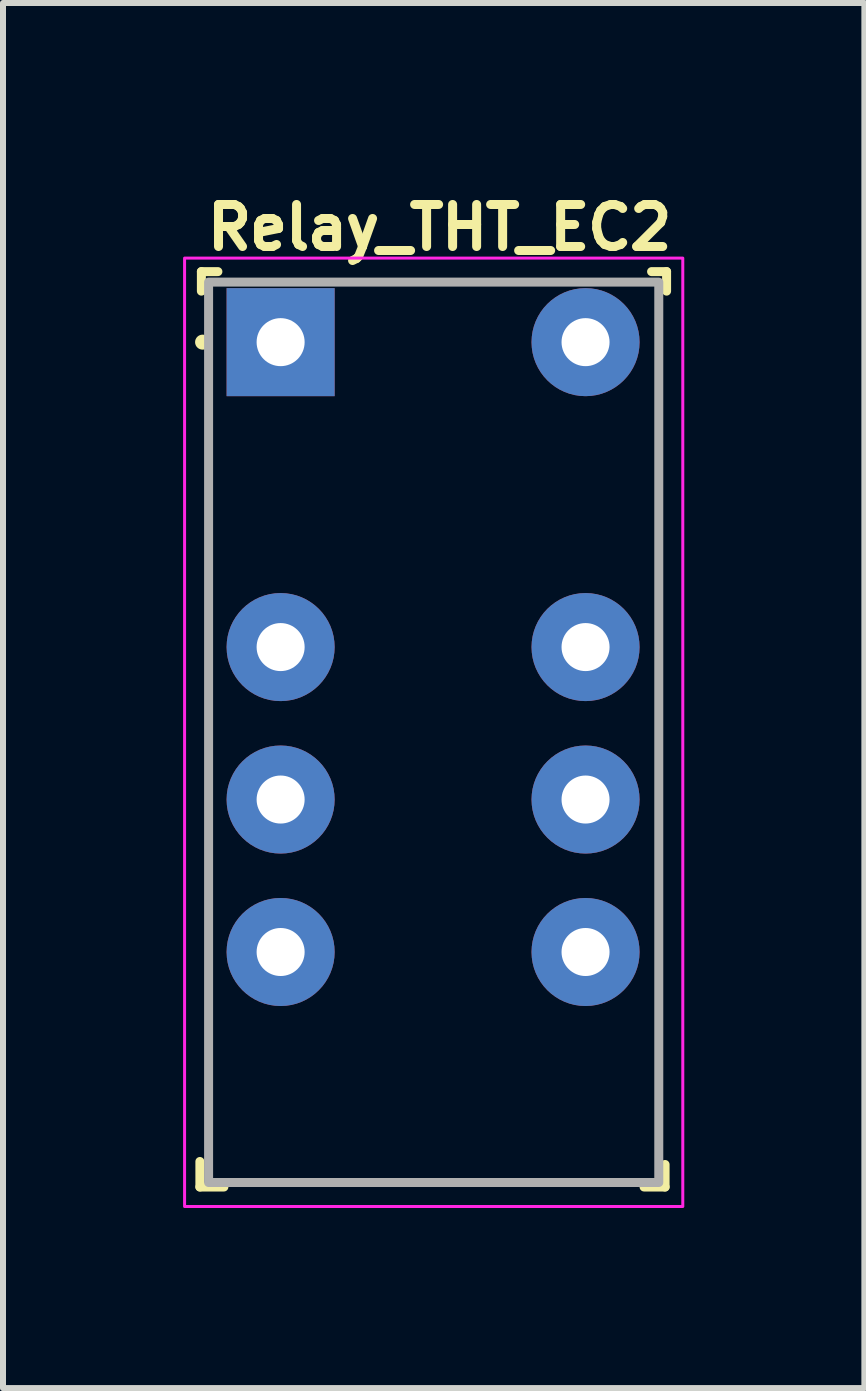
<source format=kicad_pcb>
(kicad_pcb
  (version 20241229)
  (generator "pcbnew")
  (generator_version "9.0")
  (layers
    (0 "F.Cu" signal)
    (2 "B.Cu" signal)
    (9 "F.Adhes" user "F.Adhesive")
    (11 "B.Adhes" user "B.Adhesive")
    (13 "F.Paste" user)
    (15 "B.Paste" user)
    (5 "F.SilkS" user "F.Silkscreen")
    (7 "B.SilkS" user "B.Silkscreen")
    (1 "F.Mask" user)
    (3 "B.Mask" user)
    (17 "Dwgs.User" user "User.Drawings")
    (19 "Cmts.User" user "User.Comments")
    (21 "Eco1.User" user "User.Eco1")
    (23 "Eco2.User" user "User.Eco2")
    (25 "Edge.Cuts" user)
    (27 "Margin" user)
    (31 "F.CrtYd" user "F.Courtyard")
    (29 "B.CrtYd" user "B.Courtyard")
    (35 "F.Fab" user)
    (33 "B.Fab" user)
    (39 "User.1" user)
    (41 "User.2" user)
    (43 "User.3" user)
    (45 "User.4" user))
  (footprint "Relay_THT_EC2"
    (layer "F.Cu")
    (at 1.625 2.65)
    (property "Reference" "Relay_THT_EC2" (at -1.3 -1.5 0) (layer "F.SilkS") (effects (font (size 0.7 0.7) (thickness 0.15)) (justify left bottom)))
    (attr through_hole)
    (fp_line (start -1.345 14.075) (end -1.345 13.65) (stroke (width 0.15) (type solid)) (layer "F.SilkS"))
    (fp_line (start -1.32 -1.175) (end -1.045 -1.175) (stroke (width 0.15) (type solid)) (layer "F.SilkS"))
    (fp_line (start -1.32 -0.85) (end -1.32 -1.175) (stroke (width 0.15) (type solid)) (layer "F.SilkS"))
    (fp_line (start -0.945 14.075) (end -1.345 14.075) (stroke (width 0.15) (type solid)) (layer "F.SilkS"))
    (fp_line (start 6.405 13.7) (end 6.405 14.075) (stroke (width 0.15) (type solid)) (layer "F.SilkS"))
    (fp_line (start 6.405 14.075) (end 6.055 14.075) (stroke (width 0.15) (type solid)) (layer "F.SilkS"))
    (fp_line (start 6.43 -1.175) (end 6.18 -1.175) (stroke (width 0.15) (type solid)) (layer "F.SilkS"))
    (fp_line (start 6.43 -0.85) (end 6.43 -1.175) (stroke (width 0.15) (type solid)) (layer "F.SilkS"))
    (fp_circle (center -1.3 0) (end -1.25 0) (stroke (width 0.15) (type solid)) (fill yes) (layer "F.SilkS"))
    (fp_rect (start 6.7 14.4) (end -1.6 -1.4) (stroke (width 0.05) (type solid)) (fill no) (layer "F.CrtYd"))
    (fp_rect (start 6.3 14) (end -1.2 -1) (stroke (width 0.15) (type solid)) (fill no) (layer "F.Fab"))
    (fp_rect (start 6.3 14) (end -1.2 -1) (stroke (width 0.1) (type solid)) (fill no) (layer "User.5"))
    (fp_line (start -1.2 -1) (end -1.2 14) (stroke (width 0.02) (type solid)) (layer "User.9"))
    (fp_line (start -1.2 14) (end 6.3 14) (stroke (width 0.02) (type solid)) (layer "User.9"))
    (fp_line (start 1.946 3.412) (end 1.946 3.756) (stroke (width 0.02) (type solid)) (layer "User.9"))
    (fp_line (start 1.946 3.756) (end 2.602 3.944) (stroke (width 0.02) (type solid)) (layer "User.9"))
    (fp_line (start 1.946 4.207) (end 1.946 4.576) (stroke (width 0.02) (type solid)) (layer "User.9"))
    (fp_line (start 1.946 4.576) (end 2.602 4.303) (stroke (width 0.02) (type solid)) (layer "User.9"))
    (fp_line (start 1.946 4.711) (end 1.946 6.014) (stroke (width 0.02) (type solid)) (layer "User.9"))
    (fp_line (start 1.946 6.014) (end 3.022 6.323) (stroke (width 0.02) (type solid)) (layer "User.9"))
    (fp_line (start 1.946 6.263) (end 1.946 6.585) (stroke (width 0.02) (type solid)) (layer "User.9"))
    (fp_line (start 1.946 6.585) (end 3.028 7.156) (stroke (width 0.02) (type solid)) (layer "User.9"))
    (fp_line (start 1.946 6.846) (end 1.946 7.153) (stroke (width 0.02) (type solid)) (layer "User.9"))
    (fp_line (start 1.946 7.153) (end 3.155 7.501) (stroke (width 0.02) (type solid)) (layer "User.9"))
    (fp_line (start 1.946 7.299) (end 1.946 8.212) (stroke (width 0.02) (type solid)) (layer "User.9"))
    (fp_line (start 1.946 8.212) (end 2.176 8.278) (stroke (width 0.02) (type solid)) (layer "User.9"))
    (fp_line (start 1.946 8.565) (end 1.946 8.91) (stroke (width 0.02) (type solid)) (layer "User.9"))
    (fp_line (start 1.946 8.91) (end 2.922 9.19) (stroke (width 0.02) (type solid)) (layer "User.9"))
    (fp_line (start 2.176 5.121) (end 2.476 5.206) (stroke (width 0.02) (type solid)) (layer "User.9"))
    (fp_line (start 2.176 5.791) (end 2.176 5.121) (stroke (width 0.02) (type solid)) (layer "User.9"))
    (fp_line (start 2.176 7.708) (end 2.476 7.794) (stroke (width 0.02) (type solid)) (layer "User.9"))
    (fp_line (start 2.176 8.278) (end 2.176 7.708) (stroke (width 0.02) (type solid)) (layer "User.9"))
    (fp_line (start 2.291 6.542) (end 3.155 6.588) (stroke (width 0.02) (type solid)) (layer "User.9"))
    (fp_line (start 2.476 5.206) (end 2.476 5.726) (stroke (width 0.02) (type solid)) (layer "User.9"))
    (fp_line (start 2.476 5.726) (end 2.7 5.789) (stroke (width 0.02) (type solid)) (layer "User.9"))
    (fp_line (start 2.476 7.794) (end 2.476 8.313) (stroke (width 0.02) (type solid)) (layer "User.9"))
    (fp_line (start 2.476 8.313) (end 2.7 8.377) (stroke (width 0.02) (type solid)) (layer "User.9"))
    (fp_line (start 2.602 3.944) (end 1.946 4.207) (stroke (width 0.02) (type solid)) (layer "User.9"))
    (fp_line (start 2.602 4.303) (end 3.155 4.868) (stroke (width 0.02) (type solid)) (layer "User.9"))
    (fp_line (start 2.639 3.956) (end 3.155 4.104) (stroke (width 0.02) (type solid)) (layer "User.9"))
    (fp_line (start 2.7 5.27) (end 2.925 5.336) (stroke (width 0.02) (type solid)) (layer "User.9"))
    (fp_line (start 2.7 5.789) (end 2.7 5.27) (stroke (width 0.02) (type solid)) (layer "User.9"))
    (fp_line (start 2.7 7.858) (end 2.925 7.924) (stroke (width 0.02) (type solid)) (layer "User.9"))
    (fp_line (start 2.7 8.377) (end 2.7 7.858) (stroke (width 0.02) (type solid)) (layer "User.9"))
    (fp_line (start 2.922 8.846) (end 1.946 8.565) (stroke (width 0.02) (type solid)) (layer "User.9"))
    (fp_line (start 2.922 9.19) (end 2.922 9.521) (stroke (width 0.02) (type solid)) (layer "User.9"))
    (fp_line (start 2.922 9.521) (end 3.155 9.588) (stroke (width 0.02) (type solid)) (layer "User.9"))
    (fp_line (start 2.923 8.478) (end 2.922 8.846) (stroke (width 0.02) (type solid)) (layer "User.9"))
    (fp_line (start 2.925 5.336) (end 2.925 5.887) (stroke (width 0.02) (type solid)) (layer "User.9"))
    (fp_line (start 2.925 5.887) (end 3.155 5.952) (stroke (width 0.02) (type solid)) (layer "User.9"))
    (fp_line (start 2.925 7.924) (end 2.923 8.478) (stroke (width 0.02) (type solid)) (layer "User.9"))
    (fp_line (start 3.022 6.323) (end 1.946 6.263) (stroke (width 0.02) (type solid)) (layer "User.9"))
    (fp_line (start 3.028 7.156) (end 1.946 6.846) (stroke (width 0.02) (type solid)) (layer "User.9"))
    (fp_line (start 3.155 3.759) (end 1.946 3.412) (stroke (width 0.02) (type solid)) (layer "User.9"))
    (fp_line (start 3.155 4.104) (end 3.155 3.759) (stroke (width 0.02) (type solid)) (layer "User.9"))
    (fp_line (start 3.155 4.47) (end 2.639 3.956) (stroke (width 0.02) (type solid)) (layer "User.9"))
    (fp_line (start 3.155 4.868) (end 3.155 4.47) (stroke (width 0.02) (type solid)) (layer "User.9"))
    (fp_line (start 3.155 5.059) (end 1.946 4.711) (stroke (width 0.02) (type solid)) (layer "User.9"))
    (fp_line (start 3.155 5.952) (end 3.155 5.059) (stroke (width 0.02) (type solid)) (layer "User.9"))
    (fp_line (start 3.155 6.073) (end 2.176 5.791) (stroke (width 0.02) (type solid)) (layer "User.9"))
    (fp_line (start 3.155 6.588) (end 3.155 6.073) (stroke (width 0.02) (type solid)) (layer "User.9"))
    (fp_line (start 3.155 6.97) (end 2.291 6.542) (stroke (width 0.02) (type solid)) (layer "User.9"))
    (fp_line (start 3.155 7.501) (end 3.155 6.97) (stroke (width 0.02) (type solid)) (layer "User.9"))
    (fp_line (start 3.155 7.647) (end 1.946 7.299) (stroke (width 0.02) (type solid)) (layer "User.9"))
    (fp_line (start 3.155 9.588) (end 3.155 7.647) (stroke (width 0.02) (type solid)) (layer "User.9"))
    (fp_line (start 6.3 -1) (end -1.2 -1) (stroke (width 0.02) (type solid)) (layer "User.9"))
    (fp_line (start 6.3 14) (end 6.3 -1) (stroke (width 0.02) (type solid)) (layer "User.9"))
    (pad "1" thru_hole rect (at 0 0 270) (size 1.8 1.8) (drill 0.8) (layers "*.Cu" "*.Mask"))
    (pad "3" thru_hole circle (at 0 5.08 270) (size 1.8 1.8) (drill 0.8) (layers "*.Cu" "*.Mask"))
    (pad "4" thru_hole circle (at 0 7.62 270) (size 1.8 1.8) (drill 0.8) (layers "*.Cu" "*.Mask"))
    (pad "5" thru_hole circle (at 0 10.16 270) (size 1.8 1.8) (drill 0.8) (layers "*.Cu" "*.Mask"))
    (pad "8" thru_hole circle (at 5.08 10.16 270) (size 1.8 1.8) (drill 0.8) (layers "*.Cu" "*.Mask"))
    (pad "9" thru_hole circle (at 5.08 7.62 270) (size 1.8 1.8) (drill 0.8) (layers "*.Cu" "*.Mask"))
    (pad "10" thru_hole circle (at 5.08 5.08 270) (size 1.8 1.8) (drill 0.8) (layers "*.Cu" "*.Mask"))
    (pad "12" thru_hole circle (at 5.08 0 270) (size 1.8 1.8) (drill 0.8) (layers "*.Cu" "*.Mask")))
  (gr_rect
    (start -3 -3)
    (end 11.35 20.075)
    (stroke (width 0.1) (type default))
    (fill no)
    (layer "Edge.Cuts")))
</source>
